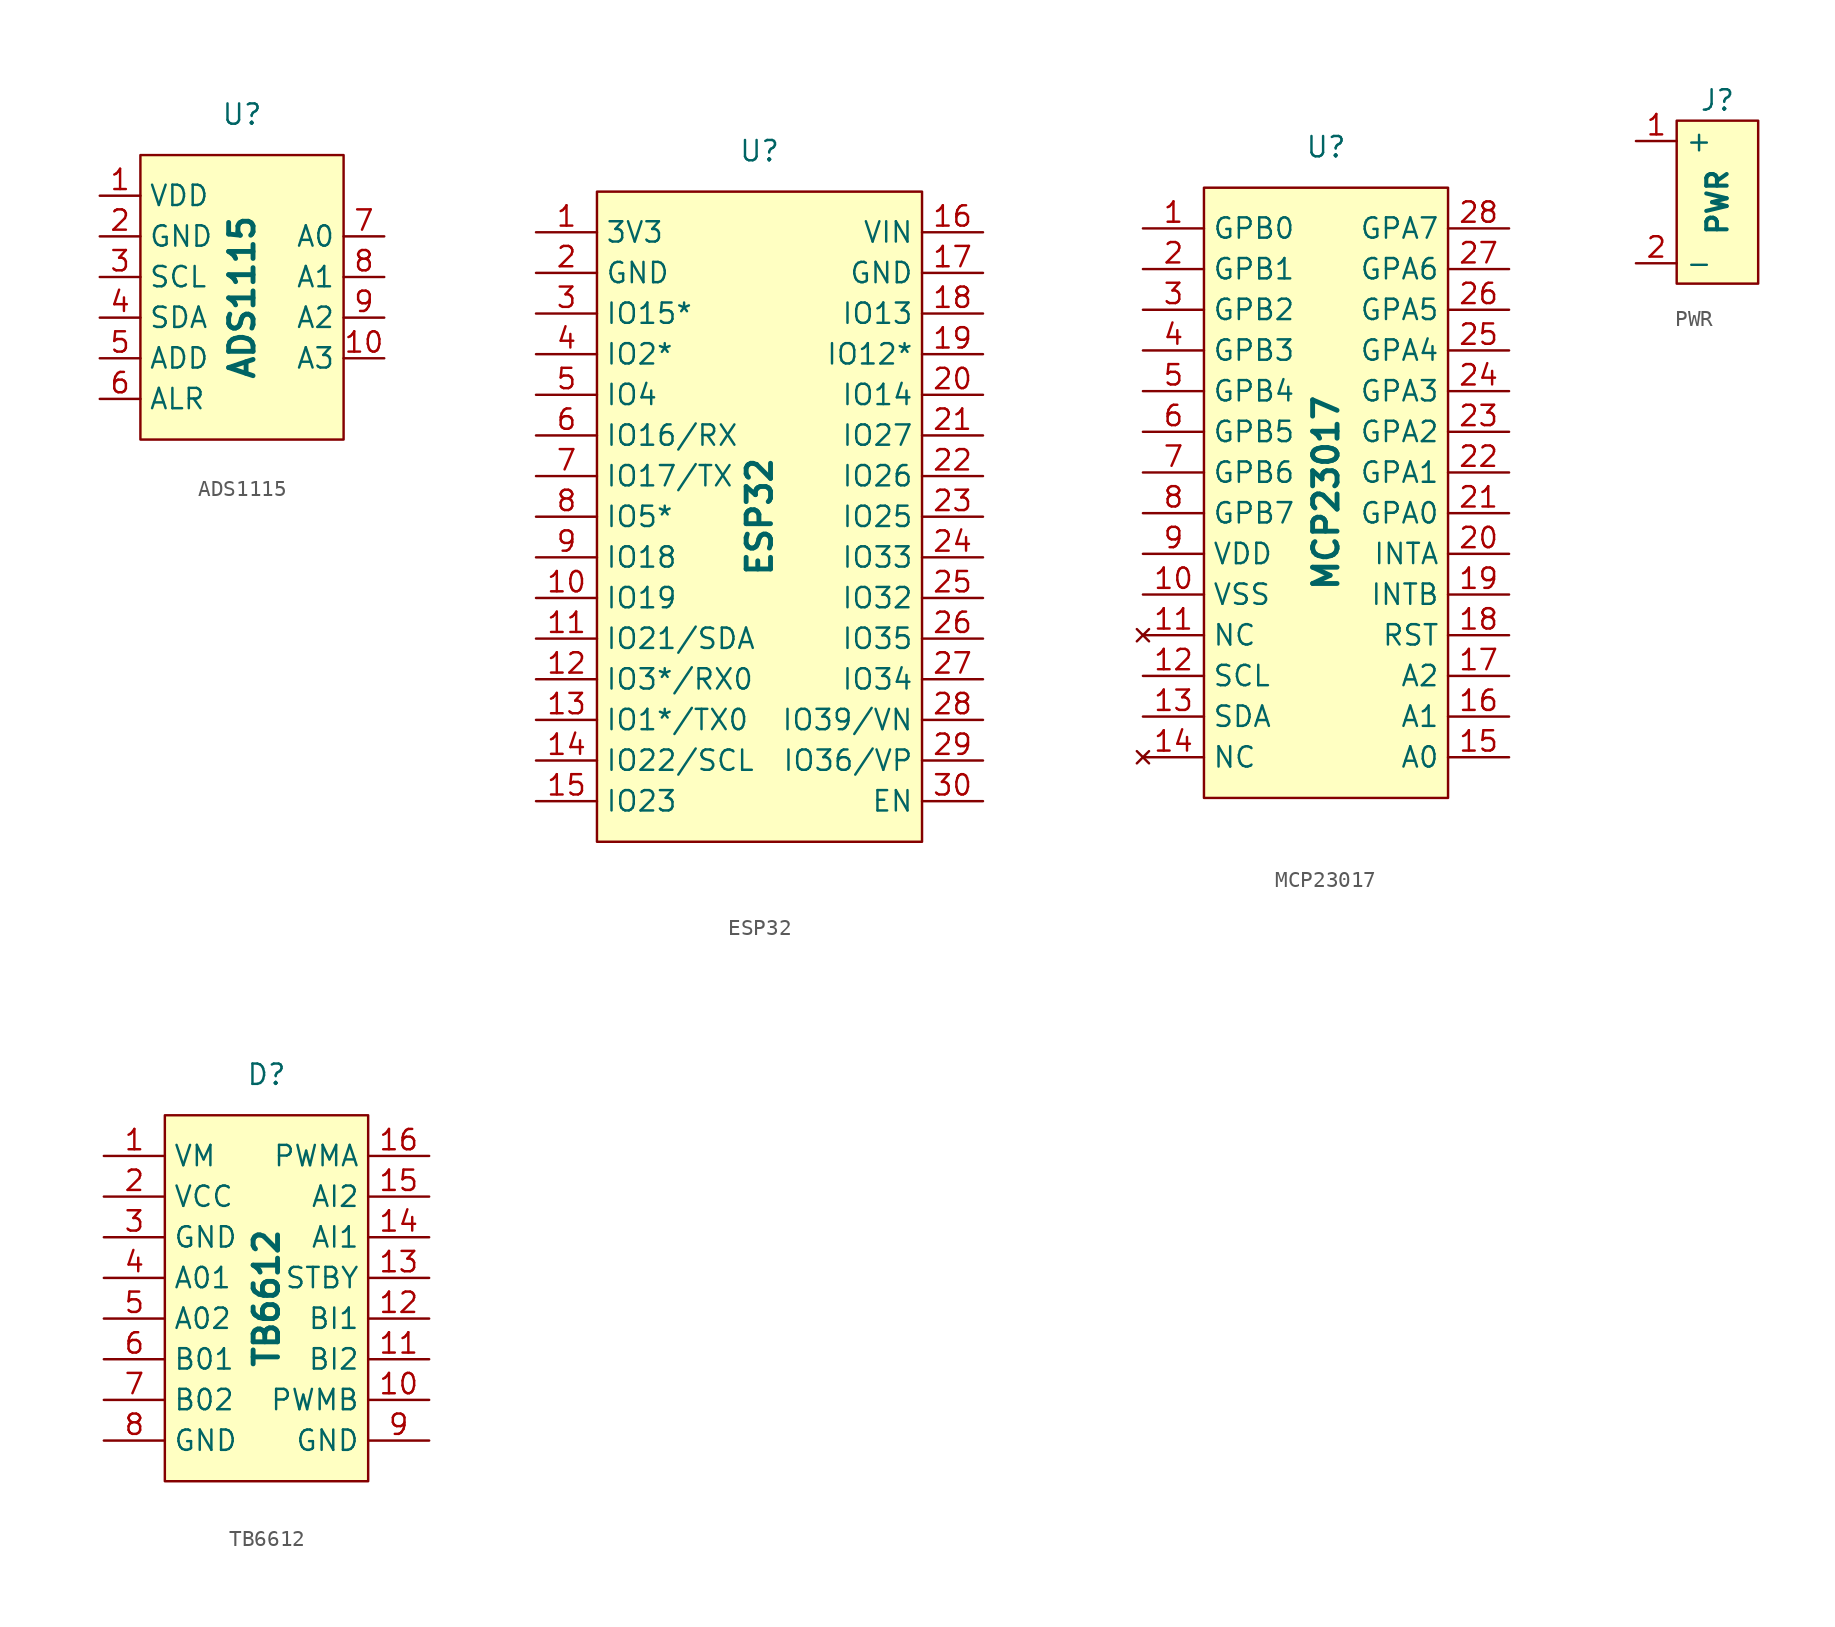
<source format=kicad_sym>
(kicad_symbol_lib
  (version 20231120)
  (generator "kicad_symbol_editor")
  (generator_version "8.0")
  (symbol "ADS1115"
    (property "Reference" "U"
      (at 0 11.43 0)
      (effects (font (size 1.27 1.27))))
    (property "Value" "ADS1115"
      (at 0 0 90)
      (do_not_autoplace)
      (effects (font (size 1.524 1.524) (bold yes))))
    (symbol "ADS1115_0_0"
      (pin power_in line (at -8.89 6.35 0) (length 2.54) (name "VDD" (effects (font (size 1.27 1.27)))) (number "1" (effects (font (size 1.27 1.27)))))
      (pin input line (at 8.89 -3.81 180) (length 2.54) (name "A3" (effects (font (size 1.27 1.27)))) (number "10" (effects (font (size 1.27 1.27)))))
      (pin power_in line (at -8.89 3.81 0) (length 2.54) (name "GND" (effects (font (size 1.27 1.27)))) (number "2" (effects (font (size 1.27 1.27)))))
      (pin bidirectional line (at -8.89 1.27 0) (length 2.54) (name "SCL" (effects (font (size 1.27 1.27)))) (number "3" (effects (font (size 1.27 1.27)))))
      (pin bidirectional line (at -8.89 -1.27 0) (length 2.54) (name "SDA" (effects (font (size 1.27 1.27)))) (number "4" (effects (font (size 1.27 1.27)))))
      (pin input line (at -8.89 -3.81 0) (length 2.54) (name "ADD" (effects (font (size 1.27 1.27)))) (number "5" (effects (font (size 1.27 1.27)))))
      (pin output line (at -8.89 -6.35 0) (length 2.54) (name "ALR" (effects (font (size 1.27 1.27)))) (number "6" (effects (font (size 1.27 1.27)))))
      (pin input line (at 8.89 3.81 180) (length 2.54) (name "A0" (effects (font (size 1.27 1.27)))) (number "7" (effects (font (size 1.27 1.27)))))
      (pin input line (at 8.89 1.27 180) (length 2.54) (name "A1" (effects (font (size 1.27 1.27)))) (number "8" (effects (font (size 1.27 1.27)))))
      (pin input line (at 8.89 -1.27 180) (length 2.54) (name "A2" (effects (font (size 1.27 1.27)))) (number "9" (effects (font (size 1.27 1.27))))))
    (symbol "ADS1115_1_1"
      (rectangle (start -6.35 8.89) (end 6.35 -8.89) (stroke (width 0) (type default)) (fill (type background)))))
  (symbol "ESP32"
    (property "Reference" "U"
      (at 12.7 48.26 0)
      (effects (font (size 1.27 1.27))))
    (property "Value" "ESP32"
      (at 12.7 25.4 90)
      (do_not_autoplace)
      (effects (font (size 1.524 1.524) (bold yes))))
    (symbol "ESP32_1_1"
      (rectangle (start 2.54 45.72) (end 22.86 5.08) (stroke (width 0) (type default)) (fill (type background)))
      (pin power_out line (at -1.27 43.18 0) (length 3.81) (name "3V3" (effects (font (size 1.27 1.27)))) (number "1" (effects (font (size 1.27 1.27)))))
      (pin bidirectional line (at -1.27 20.32 0) (length 3.81) (name "IO19" (effects (font (size 1.27 1.27)))) (number "10" (effects (font (size 1.27 1.27)))))
      (pin bidirectional line (at -1.27 17.78 0) (length 3.81) (name "IO21/SDA" (effects (font (size 1.27 1.27)))) (number "11" (effects (font (size 1.27 1.27)))))
      (pin bidirectional line (at -1.27 15.24 0) (length 3.81) (name "IO3*/RX0" (effects (font (size 1.27 1.27)))) (number "12" (effects (font (size 1.27 1.27)))))
      (pin bidirectional line (at -1.27 12.7 0) (length 3.81) (name "IO1*/TX0" (effects (font (size 1.27 1.27)))) (number "13" (effects (font (size 1.27 1.27)))))
      (pin bidirectional line (at -1.27 10.16 0) (length 3.81) (name "IO22/SCL" (effects (font (size 1.27 1.27)))) (number "14" (effects (font (size 1.27 1.27)))))
      (pin bidirectional line (at -1.27 7.62 0) (length 3.81) (name "IO23" (effects (font (size 1.27 1.27)))) (number "15" (effects (font (size 1.27 1.27)))))
      (pin power_in line (at 26.67 43.18 180) (length 3.81) (name "VIN" (effects (font (size 1.27 1.27)))) (number "16" (effects (font (size 1.27 1.27)))))
      (pin power_in line (at 26.67 40.64 180) (length 3.81) (name "GND" (effects (font (size 1.27 1.27)))) (number "17" (effects (font (size 1.27 1.27)))))
      (pin bidirectional line (at 26.67 38.1 180) (length 3.81) (name "IO13" (effects (font (size 1.27 1.27)))) (number "18" (effects (font (size 1.27 1.27)))))
      (pin bidirectional line (at 26.67 35.56 180) (length 3.81) (name "IO12*" (effects (font (size 1.27 1.27)))) (number "19" (effects (font (size 1.27 1.27)))))
      (pin power_out line (at -1.27 40.64 0) (length 3.81) (name "GND" (effects (font (size 1.27 1.27)))) (number "2" (effects (font (size 1.27 1.27)))))
      (pin bidirectional line (at 26.67 33.02 180) (length 3.81) (name "IO14" (effects (font (size 1.27 1.27)))) (number "20" (effects (font (size 1.27 1.27)))))
      (pin bidirectional line (at 26.67 30.48 180) (length 3.81) (name "IO27" (effects (font (size 1.27 1.27)))) (number "21" (effects (font (size 1.27 1.27)))))
      (pin bidirectional line (at 26.67 27.94 180) (length 3.81) (name "IO26" (effects (font (size 1.27 1.27)))) (number "22" (effects (font (size 1.27 1.27)))))
      (pin bidirectional line (at 26.67 25.4 180) (length 3.81) (name "IO25" (effects (font (size 1.27 1.27)))) (number "23" (effects (font (size 1.27 1.27)))))
      (pin bidirectional line (at 26.67 22.86 180) (length 3.81) (name "IO33" (effects (font (size 1.27 1.27)))) (number "24" (effects (font (size 1.27 1.27)))))
      (pin bidirectional line (at 26.67 20.32 180) (length 3.81) (name "IO32" (effects (font (size 1.27 1.27)))) (number "25" (effects (font (size 1.27 1.27)))))
      (pin input line (at 26.67 17.78 180) (length 3.81) (name "IO35" (effects (font (size 1.27 1.27)))) (number "26" (effects (font (size 1.27 1.27)))))
      (pin input line (at 26.67 15.24 180) (length 3.81) (name "IO34" (effects (font (size 1.27 1.27)))) (number "27" (effects (font (size 1.27 1.27)))))
      (pin input line (at 26.67 12.7 180) (length 3.81) (name "IO39/VN" (effects (font (size 1.27 1.27)))) (number "28" (effects (font (size 1.27 1.27)))))
      (pin input line (at 26.67 10.16 180) (length 3.81) (name "IO36/VP" (effects (font (size 1.27 1.27)))) (number "29" (effects (font (size 1.27 1.27)))))
      (pin bidirectional line (at -1.27 38.1 0) (length 3.81) (name "IO15*" (effects (font (size 1.27 1.27)))) (number "3" (effects (font (size 1.27 1.27)))))
      (pin input line (at 26.67 7.62 180) (length 3.81) (name "EN" (effects (font (size 1.27 1.27)))) (number "30" (effects (font (size 1.27 1.27)))))
      (pin bidirectional line (at -1.27 35.56 0) (length 3.81) (name "IO2*" (effects (font (size 1.27 1.27)))) (number "4" (effects (font (size 1.27 1.27)))))
      (pin bidirectional line (at -1.27 33.02 0) (length 3.81) (name "IO4" (effects (font (size 1.27 1.27)))) (number "5" (effects (font (size 1.27 1.27)))))
      (pin bidirectional line (at -1.27 30.48 0) (length 3.81) (name "IO16/RX" (effects (font (size 1.27 1.27)))) (number "6" (effects (font (size 1.27 1.27)))))
      (pin bidirectional line (at -1.27 27.94 0) (length 3.81) (name "IO17/TX" (effects (font (size 1.27 1.27)))) (number "7" (effects (font (size 1.27 1.27)))))
      (pin bidirectional line (at -1.27 25.4 0) (length 3.81) (name "IO5*" (effects (font (size 1.27 1.27)))) (number "8" (effects (font (size 1.27 1.27)))))
      (pin bidirectional line (at -1.27 22.86 0) (length 3.81) (name "IO18" (effects (font (size 1.27 1.27)))) (number "9" (effects (font (size 1.27 1.27)))))))
  (symbol "MCP23017"
    (property "Reference" "U"
      (at -3.81 3.81 0)
      (effects (font (size 1.27 1.27))))
    (property "Value" "MCP23017"
      (at -3.81 -17.78 90)
      (do_not_autoplace)
      (effects (font (size 1.524 1.524) (bold yes))))
    (symbol "MCP23017_1_1"
      (rectangle (start -11.43 1.27) (end 3.81 -36.83) (stroke (width 0) (type default)) (fill (type background)))
      (pin bidirectional line (at -15.24 -1.27 0) (length 3.81) (name "GPB0" (effects (font (size 1.27 1.27)))) (number "1" (effects (font (size 1.27 1.27)))))
      (pin power_in line (at -15.24 -24.13 0) (length 3.81) (name "VSS" (effects (font (size 1.27 1.27)))) (number "10" (effects (font (size 1.27 1.27)))))
      (pin no_connect line (at -15.24 -26.67 0) (length 3.81) (name "NC" (effects (font (size 1.27 1.27)))) (number "11" (effects (font (size 1.27 1.27)))))
      (pin bidirectional line (at -15.24 -29.21 0) (length 3.81) (name "SCL" (effects (font (size 1.27 1.27)))) (number "12" (effects (font (size 1.27 1.27)))))
      (pin bidirectional line (at -15.24 -31.75 0) (length 3.81) (name "SDA" (effects (font (size 1.27 1.27)))) (number "13" (effects (font (size 1.27 1.27)))))
      (pin no_connect line (at -15.24 -34.29 0) (length 3.81) (name "NC" (effects (font (size 1.27 1.27)))) (number "14" (effects (font (size 1.27 1.27)))))
      (pin input line (at 7.62 -34.29 180) (length 3.81) (name "A0" (effects (font (size 1.27 1.27)))) (number "15" (effects (font (size 1.27 1.27)))))
      (pin input line (at 7.62 -31.75 180) (length 3.81) (name "A1" (effects (font (size 1.27 1.27)))) (number "16" (effects (font (size 1.27 1.27)))))
      (pin input line (at 7.62 -29.21 180) (length 3.81) (name "A2" (effects (font (size 1.27 1.27)))) (number "17" (effects (font (size 1.27 1.27)))))
      (pin input line (at 7.62 -26.67 180) (length 3.81) (name "RST" (effects (font (size 1.27 1.27)))) (number "18" (effects (font (size 1.27 1.27)))))
      (pin output line (at 7.62 -24.13 180) (length 3.81) (name "INTB" (effects (font (size 1.27 1.27)))) (number "19" (effects (font (size 1.27 1.27)))))
      (pin bidirectional line (at -15.24 -3.81 0) (length 3.81) (name "GPB1" (effects (font (size 1.27 1.27)))) (number "2" (effects (font (size 1.27 1.27)))))
      (pin output line (at 7.62 -21.59 180) (length 3.81) (name "INTA" (effects (font (size 1.27 1.27)))) (number "20" (effects (font (size 1.27 1.27)))))
      (pin bidirectional line (at 7.62 -19.05 180) (length 3.81) (name "GPA0" (effects (font (size 1.27 1.27)))) (number "21" (effects (font (size 1.27 1.27)))))
      (pin bidirectional line (at 7.62 -16.51 180) (length 3.81) (name "GPA1" (effects (font (size 1.27 1.27)))) (number "22" (effects (font (size 1.27 1.27)))))
      (pin bidirectional line (at 7.62 -13.97 180) (length 3.81) (name "GPA2" (effects (font (size 1.27 1.27)))) (number "23" (effects (font (size 1.27 1.27)))))
      (pin bidirectional line (at 7.62 -11.43 180) (length 3.81) (name "GPA3" (effects (font (size 1.27 1.27)))) (number "24" (effects (font (size 1.27 1.27)))))
      (pin bidirectional line (at 7.62 -8.89 180) (length 3.81) (name "GPA4" (effects (font (size 1.27 1.27)))) (number "25" (effects (font (size 1.27 1.27)))))
      (pin bidirectional line (at 7.62 -6.35 180) (length 3.81) (name "GPA5" (effects (font (size 1.27 1.27)))) (number "26" (effects (font (size 1.27 1.27)))))
      (pin bidirectional line (at 7.62 -3.81 180) (length 3.81) (name "GPA6" (effects (font (size 1.27 1.27)))) (number "27" (effects (font (size 1.27 1.27)))))
      (pin bidirectional line (at 7.62 -1.27 180) (length 3.81) (name "GPA7" (effects (font (size 1.27 1.27)))) (number "28" (effects (font (size 1.27 1.27)))))
      (pin bidirectional line (at -15.24 -6.35 0) (length 3.81) (name "GPB2" (effects (font (size 1.27 1.27)))) (number "3" (effects (font (size 1.27 1.27)))))
      (pin bidirectional line (at -15.24 -8.89 0) (length 3.81) (name "GPB3" (effects (font (size 1.27 1.27)))) (number "4" (effects (font (size 1.27 1.27)))))
      (pin bidirectional line (at -15.24 -11.43 0) (length 3.81) (name "GPB4" (effects (font (size 1.27 1.27)))) (number "5" (effects (font (size 1.27 1.27)))))
      (pin bidirectional line (at -15.24 -13.97 0) (length 3.81) (name "GPB5" (effects (font (size 1.27 1.27)))) (number "6" (effects (font (size 1.27 1.27)))))
      (pin bidirectional line (at -15.24 -16.51 0) (length 3.81) (name "GPB6" (effects (font (size 1.27 1.27)))) (number "7" (effects (font (size 1.27 1.27)))))
      (pin bidirectional line (at -15.24 -19.05 0) (length 3.81) (name "GPB7" (effects (font (size 1.27 1.27)))) (number "8" (effects (font (size 1.27 1.27)))))
      (pin power_in line (at -15.24 -21.59 0) (length 3.81) (name "VDD" (effects (font (size 1.27 1.27)))) (number "9" (effects (font (size 1.27 1.27)))))))
  (symbol "PWR"
    (property "Reference" "J"
      (at 1.27 5.08 0)
      (effects (font (size 1.27 1.27))))
    (property "Value" "PWR"
      (at 1.27 -1.27 90)
      (do_not_autoplace)
      (effects (font (size 1.27 1.27) (bold yes))))
    (symbol "PWR_1_1"
      (rectangle (start -1.27 3.81) (end 3.81 -6.35) (stroke (width 0) (type default)) (fill (type background)))
      (pin passive line (at -3.81 2.54 0) (length 2.54) (name "+" (effects (font (size 1.27 1.27)))) (number "1" (effects (font (size 1.27 1.27)))))
      (pin passive line (at -3.81 -5.08 0) (length 2.54) (name "-" (effects (font (size 1.27 1.27)))) (number "2" (effects (font (size 1.27 1.27)))))))
  (symbol "TB6612"
    (property "Reference" "D"
      (at 0 13.97 0)
      (effects (font (size 1.27 1.27))))
    (property "Value" "TB6612"
      (at 0 0 90)
      (do_not_autoplace)
      (effects (font (size 1.524 1.524) (bold yes))))
    (symbol "TB6612_1_1"
      (rectangle (start -6.35 11.43) (end 6.35 -11.43) (stroke (width 0) (type default)) (fill (type background)))
      (pin power_in line (at -10.16 8.89 0) (length 3.81) (name "VM" (effects (font (size 1.27 1.27)))) (number "1" (effects (font (size 1.27 1.27)))))
      (pin input line (at 10.16 -6.35 180) (length 3.81) (name "PWMB" (effects (font (size 1.27 1.27)))) (number "10" (effects (font (size 1.27 1.27)))))
      (pin input line (at 10.16 -3.81 180) (length 3.81) (name "BI2" (effects (font (size 1.27 1.27)))) (number "11" (effects (font (size 1.27 1.27)))))
      (pin input line (at 10.16 -1.27 180) (length 3.81) (name "BI1" (effects (font (size 1.27 1.27)))) (number "12" (effects (font (size 1.27 1.27)))))
      (pin input line (at 10.16 1.27 180) (length 3.81) (name "STBY" (effects (font (size 1.27 1.27)))) (number "13" (effects (font (size 1.27 1.27)))))
      (pin input line (at 10.16 3.81 180) (length 3.81) (name "AI1" (effects (font (size 1.27 1.27)))) (number "14" (effects (font (size 1.27 1.27)))))
      (pin input line (at 10.16 6.35 180) (length 3.81) (name "AI2" (effects (font (size 1.27 1.27)))) (number "15" (effects (font (size 1.27 1.27)))))
      (pin input line (at 10.16 8.89 180) (length 3.81) (name "PWMA" (effects (font (size 1.27 1.27)))) (number "16" (effects (font (size 1.27 1.27)))))
      (pin power_in line (at -10.16 6.35 0) (length 3.81) (name "VCC" (effects (font (size 1.27 1.27)))) (number "2" (effects (font (size 1.27 1.27)))))
      (pin power_in line (at -10.16 3.81 0) (length 3.81) (name "GND" (effects (font (size 1.27 1.27)))) (number "3" (effects (font (size 1.27 1.27)))))
      (pin output line (at -10.16 1.27 0) (length 3.81) (name "A01" (effects (font (size 1.27 1.27)))) (number "4" (effects (font (size 1.27 1.27)))))
      (pin output line (at -10.16 -1.27 0) (length 3.81) (name "A02" (effects (font (size 1.27 1.27)))) (number "5" (effects (font (size 1.27 1.27)))))
      (pin output line (at -10.16 -3.81 0) (length 3.81) (name "B01" (effects (font (size 1.27 1.27)))) (number "6" (effects (font (size 1.27 1.27)))))
      (pin output line (at -10.16 -6.35 0) (length 3.81) (name "B02" (effects (font (size 1.27 1.27)))) (number "7" (effects (font (size 1.27 1.27)))))
      (pin power_in line (at -10.16 -8.89 0) (length 3.81) (name "GND" (effects (font (size 1.27 1.27)))) (number "8" (effects (font (size 1.27 1.27)))))
      (pin power_in line (at 10.16 -8.89 180) (length 3.81) (name "GND" (effects (font (size 1.27 1.27)))) (number "9" (effects (font (size 1.27 1.27))))))))
</source>
